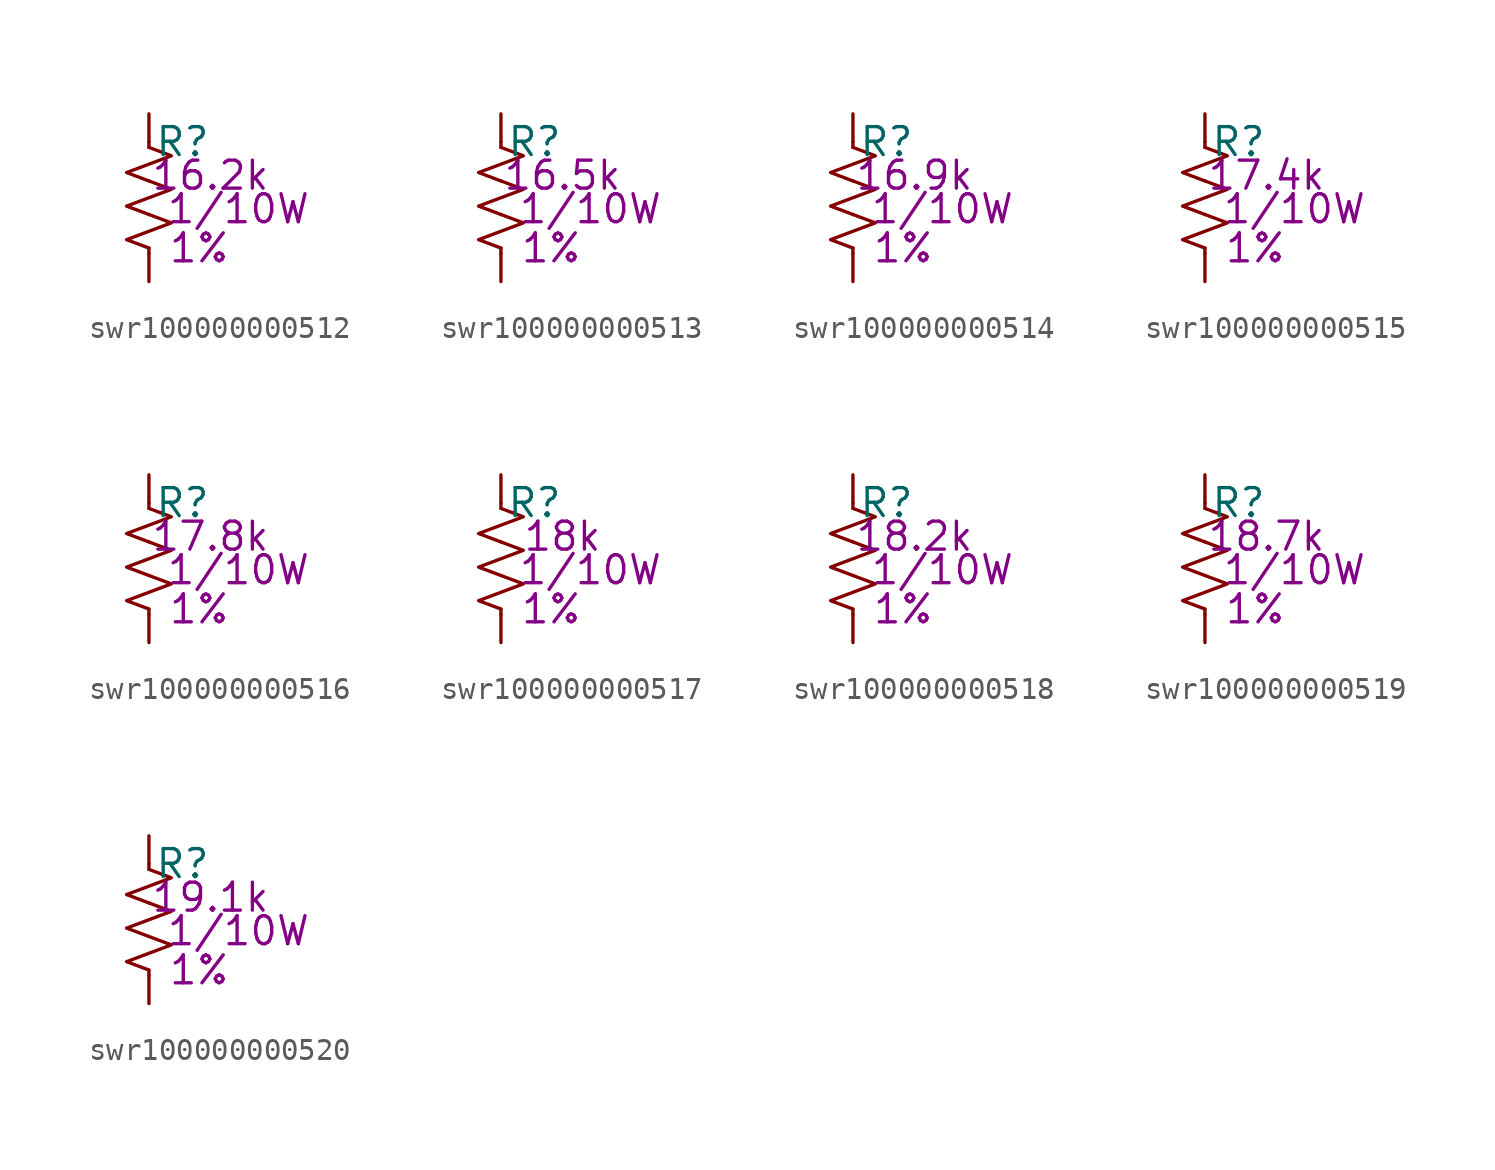
<source format=kicad_sym>
(kicad_symbol_lib
  (version 20211014)
  (generator kicad_symbol_editor)
  (symbol "swr100000000512"
    (pin_numbers hide)
    (pin_names
      (offset 1.016))
    (property "Reference" "R"
      (at 1.524 2.54 0)
      (effects (font (size 1.27 1.27))))
    (property "Tolerance" "1%"
      (at 2.286 -2.286 0)
      (effects (font (size 1.27 1.27))))
    (property "Wattage" "1/10W"
      (at 4.064 -0.508 0)
      (effects (font (size 1.27 1.27))))
    (property "PartValue" "16.2k"
      (at 2.794 1.016 0)
      (effects (font (size 1.27 1.27))))
    (symbol "swr100000000512_1_1"
      (polyline (pts (xy 0 -2.286) (xy 0 -2.54)) (stroke (width 0) (type default) (color 0 0 0 0)) (fill (type none)))
      (polyline (pts (xy 0 2.286) (xy 0 2.54)) (stroke (width 0) (type default) (color 0 0 0 0)) (fill (type none)))
      (polyline (pts (xy 0 -0.762) (xy 1.016 -1.143) (xy 0 -1.524) (xy -1.016 -1.905) (xy 0 -2.286)) (stroke (width 0) (type default) (color 0 0 0 0)) (fill (type none)))
      (polyline (pts (xy 0 0.762) (xy 1.016 0.381) (xy 0 0) (xy -1.016 -0.381) (xy 0 -0.762)) (stroke (width 0) (type default) (color 0 0 0 0)) (fill (type none)))
      (polyline (pts (xy 0 2.286) (xy 1.016 1.905) (xy 0 1.524) (xy -1.016 1.143) (xy 0 0.762)) (stroke (width 0) (type default) (color 0 0 0 0)) (fill (type none)))
      (pin passive line (at 0 3.81 270) (length 1.27) (name "~" (effects (font (size 1.27 1.27)))) (number "1" (effects (font (size 1.27 1.27)))))
      (pin passive line (at 0 -3.81 90) (length 1.27) (name "~" (effects (font (size 1.27 1.27)))) (number "2" (effects (font (size 1.27 1.27)))))))
  (symbol "swr100000000513"
    (pin_numbers hide)
    (pin_names
      (offset 1.016))
    (property "Reference" "R"
      (at 1.524 2.54 0)
      (effects (font (size 1.27 1.27))))
    (property "Tolerance" "1%"
      (at 2.286 -2.286 0)
      (effects (font (size 1.27 1.27))))
    (property "Wattage" "1/10W"
      (at 4.064 -0.508 0)
      (effects (font (size 1.27 1.27))))
    (property "PartValue" "16.5k"
      (at 2.794 1.016 0)
      (effects (font (size 1.27 1.27))))
    (symbol "swr100000000513_1_1"
      (polyline (pts (xy 0 -2.286) (xy 0 -2.54)) (stroke (width 0) (type default) (color 0 0 0 0)) (fill (type none)))
      (polyline (pts (xy 0 2.286) (xy 0 2.54)) (stroke (width 0) (type default) (color 0 0 0 0)) (fill (type none)))
      (polyline (pts (xy 0 -0.762) (xy 1.016 -1.143) (xy 0 -1.524) (xy -1.016 -1.905) (xy 0 -2.286)) (stroke (width 0) (type default) (color 0 0 0 0)) (fill (type none)))
      (polyline (pts (xy 0 0.762) (xy 1.016 0.381) (xy 0 0) (xy -1.016 -0.381) (xy 0 -0.762)) (stroke (width 0) (type default) (color 0 0 0 0)) (fill (type none)))
      (polyline (pts (xy 0 2.286) (xy 1.016 1.905) (xy 0 1.524) (xy -1.016 1.143) (xy 0 0.762)) (stroke (width 0) (type default) (color 0 0 0 0)) (fill (type none)))
      (pin passive line (at 0 3.81 270) (length 1.27) (name "~" (effects (font (size 1.27 1.27)))) (number "1" (effects (font (size 1.27 1.27)))))
      (pin passive line (at 0 -3.81 90) (length 1.27) (name "~" (effects (font (size 1.27 1.27)))) (number "2" (effects (font (size 1.27 1.27)))))))
  (symbol "swr100000000514"
    (pin_numbers hide)
    (pin_names
      (offset 1.016))
    (property "Reference" "R"
      (at 1.524 2.54 0)
      (effects (font (size 1.27 1.27))))
    (property "Tolerance" "1%"
      (at 2.286 -2.286 0)
      (effects (font (size 1.27 1.27))))
    (property "Wattage" "1/10W"
      (at 4.064 -0.508 0)
      (effects (font (size 1.27 1.27))))
    (property "PartValue" "16.9k"
      (at 2.794 1.016 0)
      (effects (font (size 1.27 1.27))))
    (symbol "swr100000000514_1_1"
      (polyline (pts (xy 0 -2.286) (xy 0 -2.54)) (stroke (width 0) (type default) (color 0 0 0 0)) (fill (type none)))
      (polyline (pts (xy 0 2.286) (xy 0 2.54)) (stroke (width 0) (type default) (color 0 0 0 0)) (fill (type none)))
      (polyline (pts (xy 0 -0.762) (xy 1.016 -1.143) (xy 0 -1.524) (xy -1.016 -1.905) (xy 0 -2.286)) (stroke (width 0) (type default) (color 0 0 0 0)) (fill (type none)))
      (polyline (pts (xy 0 0.762) (xy 1.016 0.381) (xy 0 0) (xy -1.016 -0.381) (xy 0 -0.762)) (stroke (width 0) (type default) (color 0 0 0 0)) (fill (type none)))
      (polyline (pts (xy 0 2.286) (xy 1.016 1.905) (xy 0 1.524) (xy -1.016 1.143) (xy 0 0.762)) (stroke (width 0) (type default) (color 0 0 0 0)) (fill (type none)))
      (pin passive line (at 0 3.81 270) (length 1.27) (name "~" (effects (font (size 1.27 1.27)))) (number "1" (effects (font (size 1.27 1.27)))))
      (pin passive line (at 0 -3.81 90) (length 1.27) (name "~" (effects (font (size 1.27 1.27)))) (number "2" (effects (font (size 1.27 1.27)))))))
  (symbol "swr100000000515"
    (pin_numbers hide)
    (pin_names
      (offset 1.016))
    (property "Reference" "R"
      (at 1.524 2.54 0)
      (effects (font (size 1.27 1.27))))
    (property "Tolerance" "1%"
      (at 2.286 -2.286 0)
      (effects (font (size 1.27 1.27))))
    (property "Wattage" "1/10W"
      (at 4.064 -0.508 0)
      (effects (font (size 1.27 1.27))))
    (property "PartValue" "17.4k"
      (at 2.794 1.016 0)
      (effects (font (size 1.27 1.27))))
    (symbol "swr100000000515_1_1"
      (polyline (pts (xy 0 -2.286) (xy 0 -2.54)) (stroke (width 0) (type default) (color 0 0 0 0)) (fill (type none)))
      (polyline (pts (xy 0 2.286) (xy 0 2.54)) (stroke (width 0) (type default) (color 0 0 0 0)) (fill (type none)))
      (polyline (pts (xy 0 -0.762) (xy 1.016 -1.143) (xy 0 -1.524) (xy -1.016 -1.905) (xy 0 -2.286)) (stroke (width 0) (type default) (color 0 0 0 0)) (fill (type none)))
      (polyline (pts (xy 0 0.762) (xy 1.016 0.381) (xy 0 0) (xy -1.016 -0.381) (xy 0 -0.762)) (stroke (width 0) (type default) (color 0 0 0 0)) (fill (type none)))
      (polyline (pts (xy 0 2.286) (xy 1.016 1.905) (xy 0 1.524) (xy -1.016 1.143) (xy 0 0.762)) (stroke (width 0) (type default) (color 0 0 0 0)) (fill (type none)))
      (pin passive line (at 0 3.81 270) (length 1.27) (name "~" (effects (font (size 1.27 1.27)))) (number "1" (effects (font (size 1.27 1.27)))))
      (pin passive line (at 0 -3.81 90) (length 1.27) (name "~" (effects (font (size 1.27 1.27)))) (number "2" (effects (font (size 1.27 1.27)))))))
  (symbol "swr100000000516"
    (pin_numbers hide)
    (pin_names
      (offset 1.016))
    (property "Reference" "R"
      (at 1.524 2.54 0)
      (effects (font (size 1.27 1.27))))
    (property "Tolerance" "1%"
      (at 2.286 -2.286 0)
      (effects (font (size 1.27 1.27))))
    (property "Wattage" "1/10W"
      (at 4.064 -0.508 0)
      (effects (font (size 1.27 1.27))))
    (property "PartValue" "17.8k"
      (at 2.794 1.016 0)
      (effects (font (size 1.27 1.27))))
    (symbol "swr100000000516_1_1"
      (polyline (pts (xy 0 -2.286) (xy 0 -2.54)) (stroke (width 0) (type default) (color 0 0 0 0)) (fill (type none)))
      (polyline (pts (xy 0 2.286) (xy 0 2.54)) (stroke (width 0) (type default) (color 0 0 0 0)) (fill (type none)))
      (polyline (pts (xy 0 -0.762) (xy 1.016 -1.143) (xy 0 -1.524) (xy -1.016 -1.905) (xy 0 -2.286)) (stroke (width 0) (type default) (color 0 0 0 0)) (fill (type none)))
      (polyline (pts (xy 0 0.762) (xy 1.016 0.381) (xy 0 0) (xy -1.016 -0.381) (xy 0 -0.762)) (stroke (width 0) (type default) (color 0 0 0 0)) (fill (type none)))
      (polyline (pts (xy 0 2.286) (xy 1.016 1.905) (xy 0 1.524) (xy -1.016 1.143) (xy 0 0.762)) (stroke (width 0) (type default) (color 0 0 0 0)) (fill (type none)))
      (pin passive line (at 0 3.81 270) (length 1.27) (name "~" (effects (font (size 1.27 1.27)))) (number "1" (effects (font (size 1.27 1.27)))))
      (pin passive line (at 0 -3.81 90) (length 1.27) (name "~" (effects (font (size 1.27 1.27)))) (number "2" (effects (font (size 1.27 1.27)))))))
  (symbol "swr100000000517"
    (pin_numbers hide)
    (pin_names
      (offset 1.016))
    (property "Reference" "R"
      (at 1.524 2.54 0)
      (effects (font (size 1.27 1.27))))
    (property "Tolerance" "1%"
      (at 2.286 -2.286 0)
      (effects (font (size 1.27 1.27))))
    (property "Wattage" "1/10W"
      (at 4.064 -0.508 0)
      (effects (font (size 1.27 1.27))))
    (property "PartValue" "18k"
      (at 2.794 1.016 0)
      (effects (font (size 1.27 1.27))))
    (symbol "swr100000000517_1_1"
      (polyline (pts (xy 0 -2.286) (xy 0 -2.54)) (stroke (width 0) (type default) (color 0 0 0 0)) (fill (type none)))
      (polyline (pts (xy 0 2.286) (xy 0 2.54)) (stroke (width 0) (type default) (color 0 0 0 0)) (fill (type none)))
      (polyline (pts (xy 0 -0.762) (xy 1.016 -1.143) (xy 0 -1.524) (xy -1.016 -1.905) (xy 0 -2.286)) (stroke (width 0) (type default) (color 0 0 0 0)) (fill (type none)))
      (polyline (pts (xy 0 0.762) (xy 1.016 0.381) (xy 0 0) (xy -1.016 -0.381) (xy 0 -0.762)) (stroke (width 0) (type default) (color 0 0 0 0)) (fill (type none)))
      (polyline (pts (xy 0 2.286) (xy 1.016 1.905) (xy 0 1.524) (xy -1.016 1.143) (xy 0 0.762)) (stroke (width 0) (type default) (color 0 0 0 0)) (fill (type none)))
      (pin passive line (at 0 3.81 270) (length 1.27) (name "~" (effects (font (size 1.27 1.27)))) (number "1" (effects (font (size 1.27 1.27)))))
      (pin passive line (at 0 -3.81 90) (length 1.27) (name "~" (effects (font (size 1.27 1.27)))) (number "2" (effects (font (size 1.27 1.27)))))))
  (symbol "swr100000000518"
    (pin_numbers hide)
    (pin_names
      (offset 1.016))
    (property "Reference" "R"
      (at 1.524 2.54 0)
      (effects (font (size 1.27 1.27))))
    (property "Tolerance" "1%"
      (at 2.286 -2.286 0)
      (effects (font (size 1.27 1.27))))
    (property "Wattage" "1/10W"
      (at 4.064 -0.508 0)
      (effects (font (size 1.27 1.27))))
    (property "PartValue" "18.2k"
      (at 2.794 1.016 0)
      (effects (font (size 1.27 1.27))))
    (symbol "swr100000000518_1_1"
      (polyline (pts (xy 0 -2.286) (xy 0 -2.54)) (stroke (width 0) (type default) (color 0 0 0 0)) (fill (type none)))
      (polyline (pts (xy 0 2.286) (xy 0 2.54)) (stroke (width 0) (type default) (color 0 0 0 0)) (fill (type none)))
      (polyline (pts (xy 0 -0.762) (xy 1.016 -1.143) (xy 0 -1.524) (xy -1.016 -1.905) (xy 0 -2.286)) (stroke (width 0) (type default) (color 0 0 0 0)) (fill (type none)))
      (polyline (pts (xy 0 0.762) (xy 1.016 0.381) (xy 0 0) (xy -1.016 -0.381) (xy 0 -0.762)) (stroke (width 0) (type default) (color 0 0 0 0)) (fill (type none)))
      (polyline (pts (xy 0 2.286) (xy 1.016 1.905) (xy 0 1.524) (xy -1.016 1.143) (xy 0 0.762)) (stroke (width 0) (type default) (color 0 0 0 0)) (fill (type none)))
      (pin passive line (at 0 3.81 270) (length 1.27) (name "~" (effects (font (size 1.27 1.27)))) (number "1" (effects (font (size 1.27 1.27)))))
      (pin passive line (at 0 -3.81 90) (length 1.27) (name "~" (effects (font (size 1.27 1.27)))) (number "2" (effects (font (size 1.27 1.27)))))))
  (symbol "swr100000000519"
    (pin_numbers hide)
    (pin_names
      (offset 1.016))
    (property "Reference" "R"
      (at 1.524 2.54 0)
      (effects (font (size 1.27 1.27))))
    (property "Tolerance" "1%"
      (at 2.286 -2.286 0)
      (effects (font (size 1.27 1.27))))
    (property "Wattage" "1/10W"
      (at 4.064 -0.508 0)
      (effects (font (size 1.27 1.27))))
    (property "PartValue" "18.7k"
      (at 2.794 1.016 0)
      (effects (font (size 1.27 1.27))))
    (symbol "swr100000000519_1_1"
      (polyline (pts (xy 0 -2.286) (xy 0 -2.54)) (stroke (width 0) (type default) (color 0 0 0 0)) (fill (type none)))
      (polyline (pts (xy 0 2.286) (xy 0 2.54)) (stroke (width 0) (type default) (color 0 0 0 0)) (fill (type none)))
      (polyline (pts (xy 0 -0.762) (xy 1.016 -1.143) (xy 0 -1.524) (xy -1.016 -1.905) (xy 0 -2.286)) (stroke (width 0) (type default) (color 0 0 0 0)) (fill (type none)))
      (polyline (pts (xy 0 0.762) (xy 1.016 0.381) (xy 0 0) (xy -1.016 -0.381) (xy 0 -0.762)) (stroke (width 0) (type default) (color 0 0 0 0)) (fill (type none)))
      (polyline (pts (xy 0 2.286) (xy 1.016 1.905) (xy 0 1.524) (xy -1.016 1.143) (xy 0 0.762)) (stroke (width 0) (type default) (color 0 0 0 0)) (fill (type none)))
      (pin passive line (at 0 3.81 270) (length 1.27) (name "~" (effects (font (size 1.27 1.27)))) (number "1" (effects (font (size 1.27 1.27)))))
      (pin passive line (at 0 -3.81 90) (length 1.27) (name "~" (effects (font (size 1.27 1.27)))) (number "2" (effects (font (size 1.27 1.27)))))))
  (symbol "swr100000000520"
    (pin_numbers hide)
    (pin_names
      (offset 1.016))
    (property "Reference" "R"
      (at 1.524 2.54 0)
      (effects (font (size 1.27 1.27))))
    (property "Tolerance" "1%"
      (at 2.286 -2.286 0)
      (effects (font (size 1.27 1.27))))
    (property "Wattage" "1/10W"
      (at 4.064 -0.508 0)
      (effects (font (size 1.27 1.27))))
    (property "PartValue" "19.1k"
      (at 2.794 1.016 0)
      (effects (font (size 1.27 1.27))))
    (symbol "swr100000000520_1_1"
      (polyline (pts (xy 0 -2.286) (xy 0 -2.54)) (stroke (width 0) (type default) (color 0 0 0 0)) (fill (type none)))
      (polyline (pts (xy 0 2.286) (xy 0 2.54)) (stroke (width 0) (type default) (color 0 0 0 0)) (fill (type none)))
      (polyline (pts (xy 0 -0.762) (xy 1.016 -1.143) (xy 0 -1.524) (xy -1.016 -1.905) (xy 0 -2.286)) (stroke (width 0) (type default) (color 0 0 0 0)) (fill (type none)))
      (polyline (pts (xy 0 0.762) (xy 1.016 0.381) (xy 0 0) (xy -1.016 -0.381) (xy 0 -0.762)) (stroke (width 0) (type default) (color 0 0 0 0)) (fill (type none)))
      (polyline (pts (xy 0 2.286) (xy 1.016 1.905) (xy 0 1.524) (xy -1.016 1.143) (xy 0 0.762)) (stroke (width 0) (type default) (color 0 0 0 0)) (fill (type none)))
      (pin passive line (at 0 3.81 270) (length 1.27) (name "~" (effects (font (size 1.27 1.27)))) (number "1" (effects (font (size 1.27 1.27)))))
      (pin passive line (at 0 -3.81 90) (length 1.27) (name "~" (effects (font (size 1.27 1.27)))) (number "2" (effects (font (size 1.27 1.27))))))))
</source>
